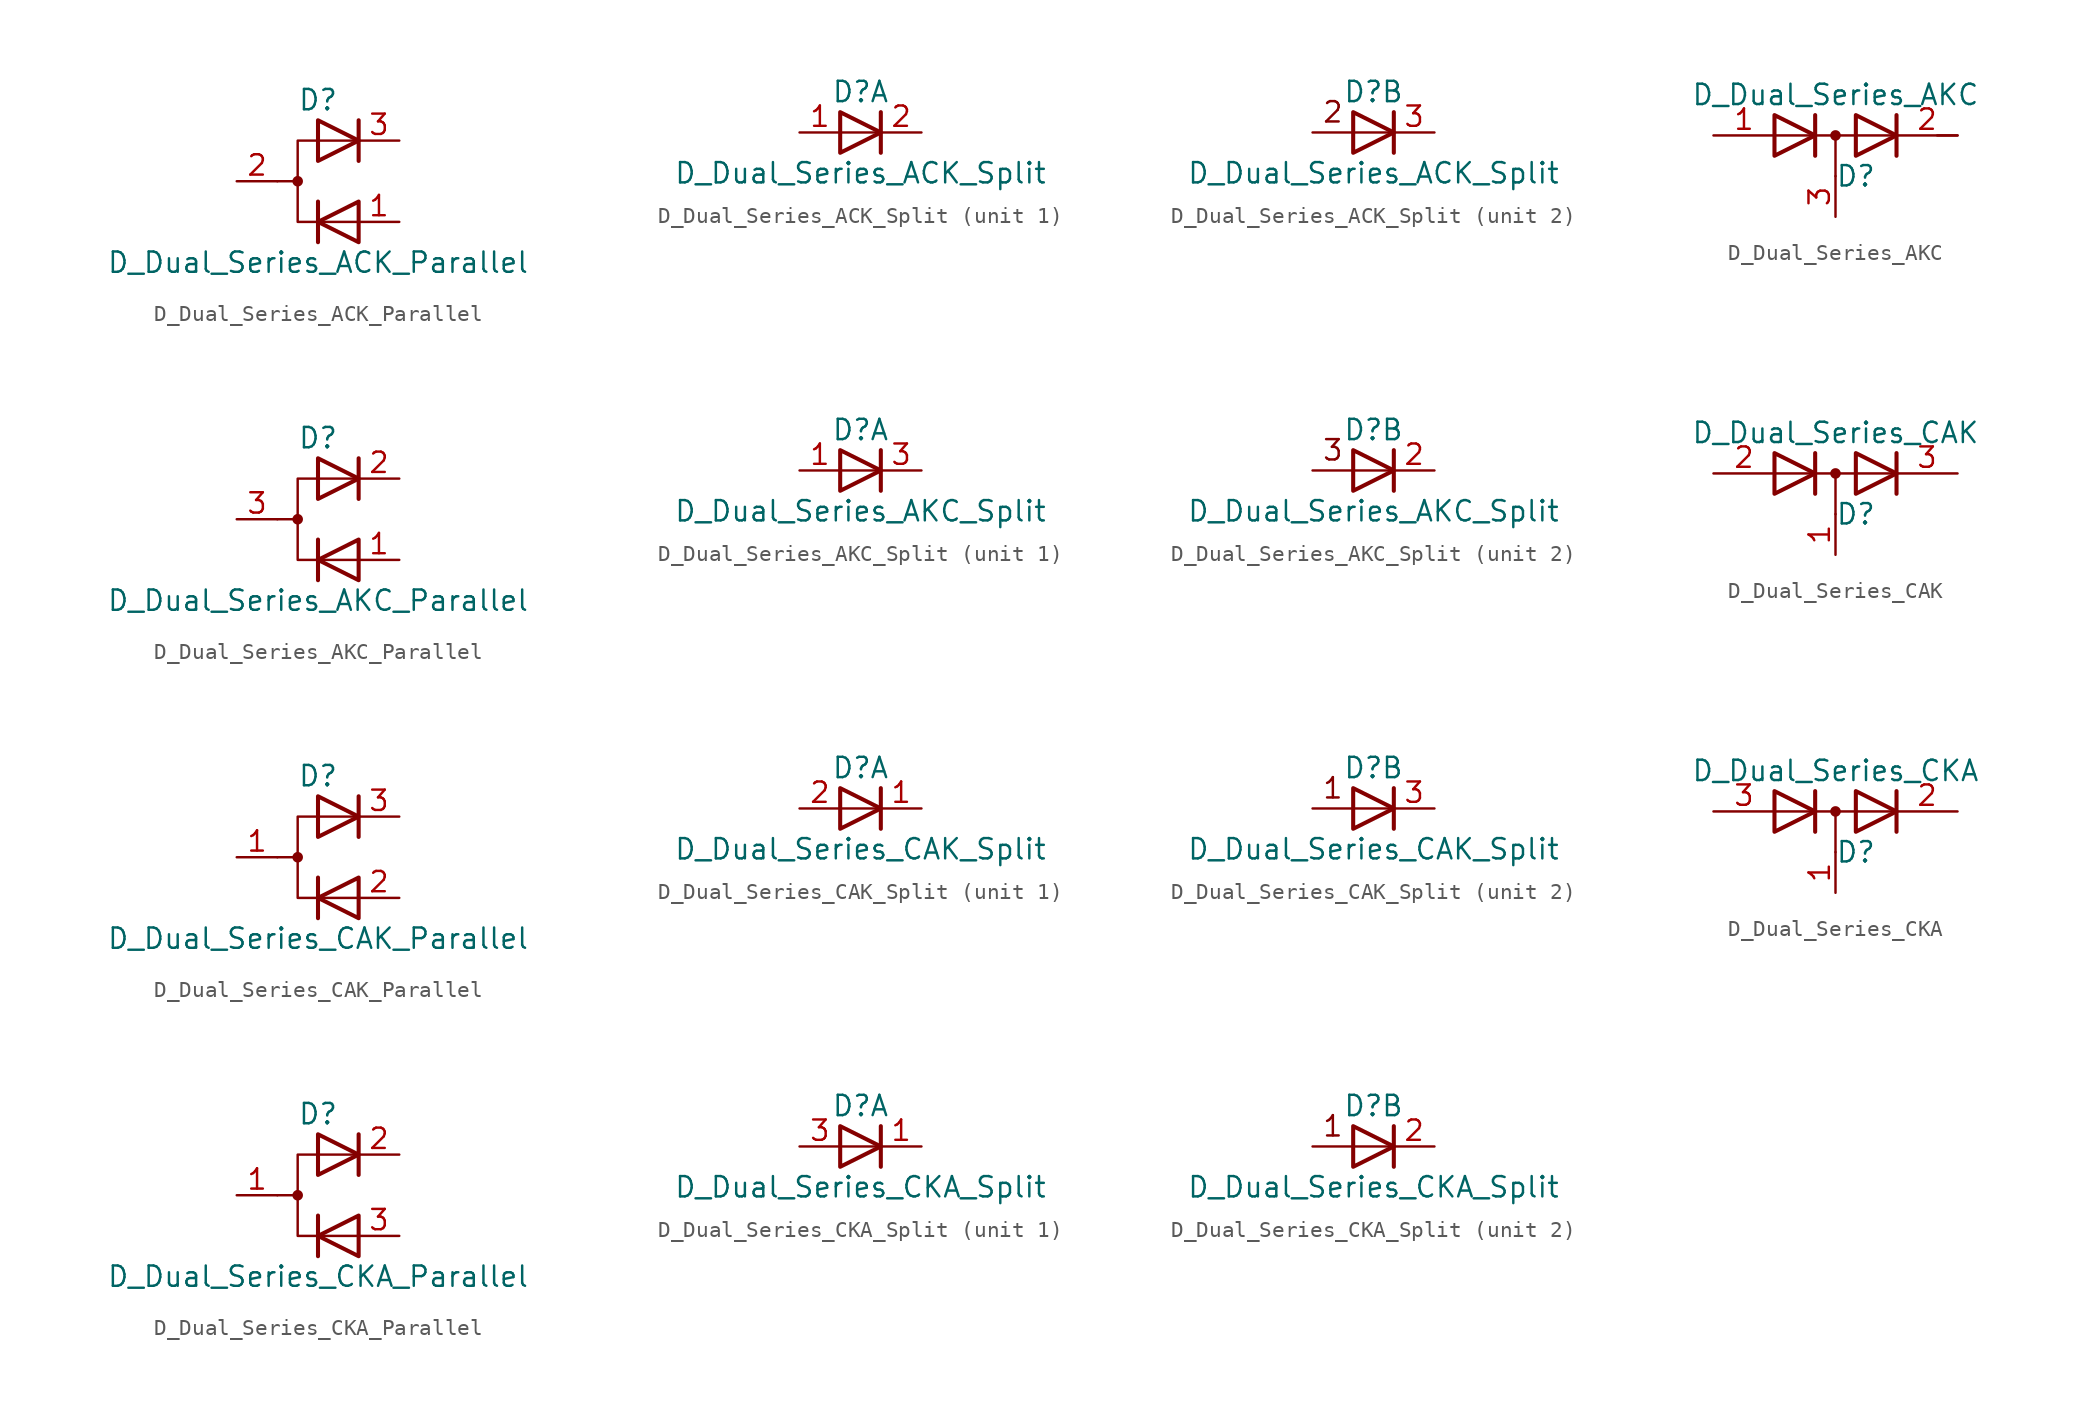
<source format=kicad_sym>
(kicad_symbol_lib
  (version 20241209)
  (generator "kicad_symbol_editor")
  (generator_version "9.0")
  (symbol "D_Dual_Series_ACK_Parallel"
    (pin_names
      (offset 0.762)
      (hide yes))
    (property "Reference" "D"
      (at 0 5.08 0)
      (effects (font (size 1.27 1.27))))
    (property "Value" "D_Dual_Series_ACK_Parallel"
      (at 0 -5.08 0)
      (effects (font (size 1.27 1.27))))
    (symbol "D_Dual_Series_ACK_Parallel_0_0"
      (polyline (pts (xy 0 -1.27) (xy 0 -3.81)) (stroke (width 0.254) (type solid)) (fill (type none)))
      (polyline (pts (xy 2.54 3.81) (xy 2.54 1.27)) (stroke (width 0.254) (type solid)) (fill (type none))))
    (symbol "D_Dual_Series_ACK_Parallel_0_1"
      (circle (center -1.27 0) (radius 0.254) (stroke (width 0) (type solid)) (fill (type outline)))
      (polyline (pts (xy -1.27 0) (xy -2.54 0)) (stroke (width 0) (type solid)) (fill (type none)))
      (polyline (pts (xy 0 3.81) (xy 2.54 2.54) (xy 0 1.27) (xy 0 3.81) (xy 0 3.81) (xy 0 3.81)) (stroke (width 0.254) (type solid)) (fill (type none)))
      (polyline (pts (xy 2.54 2.54) (xy -1.27 2.54) (xy -1.27 -2.54) (xy 2.54 -2.54)) (stroke (width 0) (type solid)) (fill (type none)))
      (polyline (pts (xy 2.54 -1.27) (xy 0 -2.54) (xy 2.54 -3.81) (xy 2.54 -1.27) (xy 2.54 -1.27) (xy 2.54 -1.27)) (stroke (width 0.254) (type solid)) (fill (type none)))
      (pin passive line (at -5.08 0 0) (length 2.54) (name "A" (effects (font (size 1.27 1.27)))) (number "2" (effects (font (size 1.27 1.27)))))
      (pin passive line (at 5.08 2.54 180) (length 2.54) (name "K" (effects (font (size 1.27 1.27)))) (number "3" (effects (font (size 1.27 1.27)))))
      (pin passive line (at 5.08 -2.54 180) (length 2.54) (name "K" (effects (font (size 1.27 1.27)))) (number "1" (effects (font (size 1.27 1.27)))))))
  (symbol "D_Dual_Series_ACK_Split"
    (pin_names
      (offset 0.762)
      (hide yes))
    (property "Reference" "D"
      (at 0 2.54 0)
      (effects (font (size 1.27 1.27))))
    (property "Value" "D_Dual_Series_ACK_Split"
      (at 0 -2.54 0)
      (effects (font (size 1.27 1.27))))
    (property "ki_locked" ""
      (at 0 0 0)
      (effects (font (size 1.27 1.27))))
    (symbol "D_Dual_Series_ACK_Split_0_0"
      (polyline (pts (xy 1.27 1.27) (xy 1.27 -1.27)) (stroke (width 0.254) (type solid)) (fill (type none))))
    (symbol "D_Dual_Series_ACK_Split_0_1"
      (polyline (pts (xy -1.27 1.27) (xy 1.27 0) (xy -1.27 -1.27) (xy -1.27 1.27) (xy -1.27 1.27) (xy -1.27 1.27)) (stroke (width 0.254) (type solid)) (fill (type none))))
    (symbol "D_Dual_Series_ACK_Split_1_1"
      (polyline (pts (xy 1.27 0) (xy -1.27 0)) (stroke (width 0) (type solid)) (fill (type none)))
      (pin passive line (at -3.81 0 0) (length 2.54) (name "A" (effects (font (size 1.27 1.27)))) (number "1" (effects (font (size 1.27 1.27)))))
      (pin passive line (at 3.81 0 180) (length 2.54) (name "K" (effects (font (size 1.27 1.27)))) (number "2" (effects (font (size 1.27 1.27))))))
    (symbol "D_Dual_Series_ACK_Split_2_0"
      (polyline (pts (xy 1.27 0) (xy -3.81 0)) (stroke (width 0) (type solid)) (fill (type none)))
      (text "2" (at -2.54 1.27 0) (effects (font (size 1.27 1.27)))))
    (symbol "D_Dual_Series_ACK_Split_2_1"
      (pin passive line (at 3.81 0 180) (length 2.54) (name "K" (effects (font (size 1.27 1.27)))) (number "3" (effects (font (size 1.27 1.27)))))))
  (symbol "D_Dual_Series_AKC"
    (pin_names
      (offset 0.762)
      (hide yes))
    (property "Reference" "D"
      (at 1.27 -2.54 0)
      (effects (font (size 1.27 1.27))))
    (property "Value" "D_Dual_Series_AKC"
      (at 0 2.54 0)
      (effects (font (size 1.27 1.27))))
    (symbol "D_Dual_Series_AKC_0_1"
      (polyline (pts (xy -3.81 1.27) (xy -1.27 0) (xy -3.81 -1.27) (xy -3.81 1.27) (xy -3.81 1.27) (xy -3.81 1.27)) (stroke (width 0.254) (type solid)) (fill (type none)))
      (polyline (pts (xy -3.81 0) (xy 3.81 0)) (stroke (width 0) (type solid)) (fill (type none)))
      (polyline (pts (xy -1.27 -1.27) (xy -1.27 1.27) (xy -1.27 1.27)) (stroke (width 0.254) (type solid)) (fill (type none)))
      (polyline (pts (xy 0 0) (xy 0 -2.54)) (stroke (width 0) (type solid)) (fill (type none)))
      (circle (center 0 0) (radius 0.254) (stroke (width 0) (type solid)) (fill (type outline)))
      (polyline (pts (xy 1.27 1.27) (xy 3.81 0) (xy 1.27 -1.27) (xy 1.27 1.27) (xy 1.27 1.27) (xy 1.27 1.27)) (stroke (width 0.254) (type solid)) (fill (type none)))
      (polyline (pts (xy 3.81 1.27) (xy 3.81 -1.27) (xy 3.81 -1.27)) (stroke (width 0.254) (type solid)) (fill (type none)))
      (polyline (pts (xy 6.35 0) (xy 7.62 0)) (stroke (width 0) (type solid)) (fill (type none)))
      (pin passive line (at -7.62 0 0) (length 3.81) (name "A" (effects (font (size 1.27 1.27)))) (number "1" (effects (font (size 1.27 1.27)))))
      (pin passive line (at 0 -5.08 90) (length 2.54) (name "common" (effects (font (size 1.27 1.27)))) (number "3" (effects (font (size 1.27 1.27)))))
      (pin passive line (at 7.62 0 180) (length 3.81) (name "K" (effects (font (size 1.27 1.27)))) (number "2" (effects (font (size 1.27 1.27)))))))
  (symbol "D_Dual_Series_AKC_Parallel"
    (pin_names
      (offset 0.762)
      (hide yes))
    (property "Reference" "D"
      (at 0 5.08 0)
      (effects (font (size 1.27 1.27))))
    (property "Value" "D_Dual_Series_AKC_Parallel"
      (at 0 -5.08 0)
      (effects (font (size 1.27 1.27))))
    (symbol "D_Dual_Series_AKC_Parallel_0_0"
      (polyline (pts (xy 0 -1.27) (xy 0 -3.81)) (stroke (width 0.254) (type solid)) (fill (type none)))
      (polyline (pts (xy 2.54 3.81) (xy 2.54 1.27)) (stroke (width 0.254) (type solid)) (fill (type none))))
    (symbol "D_Dual_Series_AKC_Parallel_0_1"
      (circle (center -1.27 0) (radius 0.254) (stroke (width 0) (type solid)) (fill (type outline)))
      (polyline (pts (xy -1.27 0) (xy -2.54 0)) (stroke (width 0) (type solid)) (fill (type none)))
      (polyline (pts (xy 0 3.81) (xy 2.54 2.54) (xy 0 1.27) (xy 0 3.81) (xy 0 3.81) (xy 0 3.81)) (stroke (width 0.254) (type solid)) (fill (type none)))
      (polyline (pts (xy 2.54 2.54) (xy -1.27 2.54) (xy -1.27 -2.54) (xy 2.54 -2.54)) (stroke (width 0) (type solid)) (fill (type none)))
      (polyline (pts (xy 2.54 -1.27) (xy 0 -2.54) (xy 2.54 -3.81) (xy 2.54 -1.27) (xy 2.54 -1.27) (xy 2.54 -1.27)) (stroke (width 0.254) (type solid)) (fill (type none)))
      (pin passive line (at -5.08 0 0) (length 2.54) (name "A" (effects (font (size 1.27 1.27)))) (number "3" (effects (font (size 1.27 1.27)))))
      (pin passive line (at 5.08 2.54 180) (length 2.54) (name "K" (effects (font (size 1.27 1.27)))) (number "2" (effects (font (size 1.27 1.27)))))
      (pin passive line (at 5.08 -2.54 180) (length 2.54) (name "K" (effects (font (size 1.27 1.27)))) (number "1" (effects (font (size 1.27 1.27)))))))
  (symbol "D_Dual_Series_AKC_Split"
    (pin_names
      (offset 0.762)
      (hide yes))
    (property "Reference" "D"
      (at 0 2.54 0)
      (effects (font (size 1.27 1.27))))
    (property "Value" "D_Dual_Series_AKC_Split"
      (at 0 -2.54 0)
      (effects (font (size 1.27 1.27))))
    (property "ki_locked" ""
      (at 0 0 0)
      (effects (font (size 1.27 1.27))))
    (symbol "D_Dual_Series_AKC_Split_0_0"
      (polyline (pts (xy 1.27 1.27) (xy 1.27 -1.27)) (stroke (width 0.254) (type solid)) (fill (type none))))
    (symbol "D_Dual_Series_AKC_Split_0_1"
      (polyline (pts (xy -1.27 1.27) (xy 1.27 0) (xy -1.27 -1.27) (xy -1.27 1.27) (xy -1.27 1.27) (xy -1.27 1.27)) (stroke (width 0.254) (type solid)) (fill (type none))))
    (symbol "D_Dual_Series_AKC_Split_1_1"
      (polyline (pts (xy 1.27 0) (xy -1.27 0)) (stroke (width 0) (type solid)) (fill (type none)))
      (pin passive line (at -3.81 0 0) (length 2.54) (name "A" (effects (font (size 1.27 1.27)))) (number "1" (effects (font (size 1.27 1.27)))))
      (pin passive line (at 3.81 0 180) (length 2.54) (name "K" (effects (font (size 1.27 1.27)))) (number "3" (effects (font (size 1.27 1.27))))))
    (symbol "D_Dual_Series_AKC_Split_2_0"
      (polyline (pts (xy 1.27 0) (xy -3.81 0)) (stroke (width 0) (type solid)) (fill (type none)))
      (text "3" (at -2.54 1.27 0) (effects (font (size 1.27 1.27)))))
    (symbol "D_Dual_Series_AKC_Split_2_1"
      (pin passive line (at 3.81 0 180) (length 2.54) (name "K" (effects (font (size 1.27 1.27)))) (number "2" (effects (font (size 1.27 1.27)))))))
  (symbol "D_Dual_Series_CAK"
    (pin_names
      (offset 0.762)
      (hide yes))
    (property "Reference" "D"
      (at 1.27 -2.54 0)
      (effects (font (size 1.27 1.27))))
    (property "Value" "D_Dual_Series_CAK"
      (at 0 2.54 0)
      (effects (font (size 1.27 1.27))))
    (symbol "D_Dual_Series_CAK_0_1"
      (polyline (pts (xy -3.81 1.27) (xy -1.27 0) (xy -3.81 -1.27) (xy -3.81 1.27) (xy -3.81 1.27) (xy -3.81 1.27)) (stroke (width 0.254) (type solid)) (fill (type none)))
      (polyline (pts (xy -1.27 -1.27) (xy -1.27 1.27) (xy -1.27 1.27)) (stroke (width 0.254) (type solid)) (fill (type none)))
      (polyline (pts (xy 0 0) (xy 0 -2.54)) (stroke (width 0) (type solid)) (fill (type none)))
      (circle (center 0 0) (radius 0.254) (stroke (width 0) (type solid)) (fill (type outline)))
      (polyline (pts (xy 1.27 1.27) (xy 3.81 0) (xy 1.27 -1.27) (xy 1.27 1.27) (xy 1.27 1.27) (xy 1.27 1.27)) (stroke (width 0.254) (type solid)) (fill (type none)))
      (polyline (pts (xy 3.81 1.27) (xy 3.81 -1.27) (xy 3.81 -1.27)) (stroke (width 0.254) (type solid)) (fill (type none)))
      (polyline (pts (xy 3.81 0) (xy -3.81 0)) (stroke (width 0) (type solid)) (fill (type none)))
      (pin passive line (at -7.62 0 0) (length 3.81) (name "A" (effects (font (size 1.27 1.27)))) (number "2" (effects (font (size 1.27 1.27)))))
      (pin passive line (at 0 -5.08 90) (length 2.54) (name "common" (effects (font (size 1.27 1.27)))) (number "1" (effects (font (size 1.27 1.27)))))
      (pin passive line (at 7.62 0 180) (length 3.81) (name "K" (effects (font (size 1.27 1.27)))) (number "3" (effects (font (size 1.27 1.27)))))))
  (symbol "D_Dual_Series_CAK_Parallel"
    (pin_names
      (offset 0.762)
      (hide yes))
    (property "Reference" "D"
      (at 0 5.08 0)
      (effects (font (size 1.27 1.27))))
    (property "Value" "D_Dual_Series_CAK_Parallel"
      (at 0 -5.08 0)
      (effects (font (size 1.27 1.27))))
    (symbol "D_Dual_Series_CAK_Parallel_0_0"
      (polyline (pts (xy 0 -1.27) (xy 0 -3.81)) (stroke (width 0.254) (type solid)) (fill (type none)))
      (polyline (pts (xy 2.54 3.81) (xy 2.54 1.27)) (stroke (width 0.254) (type solid)) (fill (type none))))
    (symbol "D_Dual_Series_CAK_Parallel_0_1"
      (circle (center -1.27 0) (radius 0.254) (stroke (width 0) (type solid)) (fill (type outline)))
      (polyline (pts (xy -1.27 0) (xy -2.54 0)) (stroke (width 0) (type solid)) (fill (type none)))
      (polyline (pts (xy 0 3.81) (xy 2.54 2.54) (xy 0 1.27) (xy 0 3.81) (xy 0 3.81) (xy 0 3.81)) (stroke (width 0.254) (type solid)) (fill (type none)))
      (polyline (pts (xy 2.54 2.54) (xy -1.27 2.54) (xy -1.27 -2.54) (xy 2.54 -2.54)) (stroke (width 0) (type solid)) (fill (type none)))
      (polyline (pts (xy 2.54 -1.27) (xy 0 -2.54) (xy 2.54 -3.81) (xy 2.54 -1.27) (xy 2.54 -1.27) (xy 2.54 -1.27)) (stroke (width 0.254) (type solid)) (fill (type none)))
      (pin passive line (at -5.08 0 0) (length 2.54) (name "A" (effects (font (size 1.27 1.27)))) (number "1" (effects (font (size 1.27 1.27)))))
      (pin passive line (at 5.08 2.54 180) (length 2.54) (name "K" (effects (font (size 1.27 1.27)))) (number "3" (effects (font (size 1.27 1.27)))))
      (pin passive line (at 5.08 -2.54 180) (length 2.54) (name "K" (effects (font (size 1.27 1.27)))) (number "2" (effects (font (size 1.27 1.27)))))))
  (symbol "D_Dual_Series_CAK_Split"
    (pin_names
      (offset 0.762)
      (hide yes))
    (property "Reference" "D"
      (at 0 2.54 0)
      (effects (font (size 1.27 1.27))))
    (property "Value" "D_Dual_Series_CAK_Split"
      (at 0 -2.54 0)
      (effects (font (size 1.27 1.27))))
    (property "ki_locked" ""
      (at 0 0 0)
      (effects (font (size 1.27 1.27))))
    (symbol "D_Dual_Series_CAK_Split_0_0"
      (polyline (pts (xy 1.27 1.27) (xy 1.27 -1.27)) (stroke (width 0.254) (type solid)) (fill (type none))))
    (symbol "D_Dual_Series_CAK_Split_0_1"
      (polyline (pts (xy -1.27 1.27) (xy 1.27 0) (xy -1.27 -1.27) (xy -1.27 1.27) (xy -1.27 1.27) (xy -1.27 1.27)) (stroke (width 0.254) (type solid)) (fill (type none))))
    (symbol "D_Dual_Series_CAK_Split_1_1"
      (polyline (pts (xy 1.27 0) (xy -1.27 0)) (stroke (width 0) (type solid)) (fill (type none)))
      (pin passive line (at -3.81 0 0) (length 2.54) (name "A" (effects (font (size 1.27 1.27)))) (number "2" (effects (font (size 1.27 1.27)))))
      (pin passive line (at 3.81 0 180) (length 2.54) (name "K" (effects (font (size 1.27 1.27)))) (number "1" (effects (font (size 1.27 1.27))))))
    (symbol "D_Dual_Series_CAK_Split_2_0"
      (polyline (pts (xy 1.27 0) (xy -3.81 0)) (stroke (width 0) (type solid)) (fill (type none)))
      (text "1" (at -2.54 1.27 0) (effects (font (size 1.27 1.27)))))
    (symbol "D_Dual_Series_CAK_Split_2_1"
      (pin passive line (at 3.81 0 180) (length 2.54) (name "K" (effects (font (size 1.27 1.27)))) (number "3" (effects (font (size 1.27 1.27)))))))
  (symbol "D_Dual_Series_CKA"
    (pin_names
      (offset 0.762)
      (hide yes))
    (property "Reference" "D"
      (at 1.27 -2.54 0)
      (effects (font (size 1.27 1.27))))
    (property "Value" "D_Dual_Series_CKA"
      (at 0 2.54 0)
      (effects (font (size 1.27 1.27))))
    (symbol "D_Dual_Series_CKA_0_1"
      (polyline (pts (xy -3.81 1.27) (xy -1.27 0) (xy -3.81 -1.27) (xy -3.81 1.27) (xy -3.81 1.27) (xy -3.81 1.27)) (stroke (width 0.254) (type solid)) (fill (type none)))
      (polyline (pts (xy -3.81 0) (xy 3.81 0)) (stroke (width 0) (type solid)) (fill (type none)))
      (polyline (pts (xy -1.27 -1.27) (xy -1.27 1.27) (xy -1.27 1.27)) (stroke (width 0.254) (type solid)) (fill (type none)))
      (polyline (pts (xy 0 0) (xy 0 -2.54)) (stroke (width 0) (type solid)) (fill (type none)))
      (circle (center 0 0) (radius 0.254) (stroke (width 0) (type solid)) (fill (type outline)))
      (polyline (pts (xy 1.27 1.27) (xy 3.81 0) (xy 1.27 -1.27) (xy 1.27 1.27) (xy 1.27 1.27) (xy 1.27 1.27)) (stroke (width 0.254) (type solid)) (fill (type none)))
      (polyline (pts (xy 3.81 1.27) (xy 3.81 -1.27) (xy 3.81 -1.27)) (stroke (width 0.254) (type solid)) (fill (type none)))
      (pin passive line (at -7.62 0 0) (length 3.81) (name "A" (effects (font (size 1.27 1.27)))) (number "3" (effects (font (size 1.27 1.27)))))
      (pin passive line (at 0 -5.08 90) (length 2.54) (name "common" (effects (font (size 1.27 1.27)))) (number "1" (effects (font (size 1.27 1.27)))))
      (pin passive line (at 7.62 0 180) (length 3.81) (name "K" (effects (font (size 1.27 1.27)))) (number "2" (effects (font (size 1.27 1.27)))))))
  (symbol "D_Dual_Series_CKA_Parallel"
    (pin_names
      (offset 0.762)
      (hide yes))
    (property "Reference" "D"
      (at 0 5.08 0)
      (effects (font (size 1.27 1.27))))
    (property "Value" "D_Dual_Series_CKA_Parallel"
      (at 0 -5.08 0)
      (effects (font (size 1.27 1.27))))
    (symbol "D_Dual_Series_CKA_Parallel_0_0"
      (polyline (pts (xy 0 -1.27) (xy 0 -3.81)) (stroke (width 0.254) (type solid)) (fill (type none)))
      (polyline (pts (xy 2.54 3.81) (xy 2.54 1.27)) (stroke (width 0.254) (type solid)) (fill (type none))))
    (symbol "D_Dual_Series_CKA_Parallel_0_1"
      (circle (center -1.27 0) (radius 0.254) (stroke (width 0) (type solid)) (fill (type outline)))
      (polyline (pts (xy -1.27 0) (xy -2.54 0)) (stroke (width 0) (type solid)) (fill (type none)))
      (polyline (pts (xy 0 3.81) (xy 2.54 2.54) (xy 0 1.27) (xy 0 3.81) (xy 0 3.81) (xy 0 3.81)) (stroke (width 0.254) (type solid)) (fill (type none)))
      (polyline (pts (xy 2.54 2.54) (xy -1.27 2.54) (xy -1.27 -2.54) (xy 2.54 -2.54)) (stroke (width 0) (type solid)) (fill (type none)))
      (polyline (pts (xy 2.54 -1.27) (xy 0 -2.54) (xy 2.54 -3.81) (xy 2.54 -1.27) (xy 2.54 -1.27) (xy 2.54 -1.27)) (stroke (width 0.254) (type solid)) (fill (type none)))
      (pin passive line (at -5.08 0 0) (length 2.54) (name "A" (effects (font (size 1.27 1.27)))) (number "1" (effects (font (size 1.27 1.27)))))
      (pin passive line (at 5.08 2.54 180) (length 2.54) (name "K" (effects (font (size 1.27 1.27)))) (number "2" (effects (font (size 1.27 1.27)))))
      (pin passive line (at 5.08 -2.54 180) (length 2.54) (name "K" (effects (font (size 1.27 1.27)))) (number "3" (effects (font (size 1.27 1.27)))))))
  (symbol "D_Dual_Series_CKA_Split"
    (pin_names
      (offset 0.762)
      (hide yes))
    (property "Reference" "D"
      (at 0 2.54 0)
      (effects (font (size 1.27 1.27))))
    (property "Value" "D_Dual_Series_CKA_Split"
      (at 0 -2.54 0)
      (effects (font (size 1.27 1.27))))
    (property "ki_locked" ""
      (at 0 0 0)
      (effects (font (size 1.27 1.27))))
    (symbol "D_Dual_Series_CKA_Split_0_0"
      (polyline (pts (xy 1.27 1.27) (xy 1.27 -1.27)) (stroke (width 0.254) (type solid)) (fill (type none))))
    (symbol "D_Dual_Series_CKA_Split_0_1"
      (polyline (pts (xy -1.27 1.27) (xy 1.27 0) (xy -1.27 -1.27) (xy -1.27 1.27) (xy -1.27 1.27) (xy -1.27 1.27)) (stroke (width 0.254) (type solid)) (fill (type none))))
    (symbol "D_Dual_Series_CKA_Split_1_1"
      (polyline (pts (xy 1.27 0) (xy -1.27 0)) (stroke (width 0) (type solid)) (fill (type none)))
      (pin passive line (at -3.81 0 0) (length 2.54) (name "A" (effects (font (size 1.27 1.27)))) (number "3" (effects (font (size 1.27 1.27)))))
      (pin passive line (at 3.81 0 180) (length 2.54) (name "K" (effects (font (size 1.27 1.27)))) (number "1" (effects (font (size 1.27 1.27))))))
    (symbol "D_Dual_Series_CKA_Split_2_0"
      (polyline (pts (xy 1.27 0) (xy -3.81 0)) (stroke (width 0) (type solid)) (fill (type none)))
      (text "1" (at -2.54 1.27 0) (effects (font (size 1.27 1.27)))))
    (symbol "D_Dual_Series_CKA_Split_2_1"
      (pin passive line (at 3.81 0 180) (length 2.54) (name "K" (effects (font (size 1.27 1.27)))) (number "2" (effects (font (size 1.27 1.27))))))))
</source>
